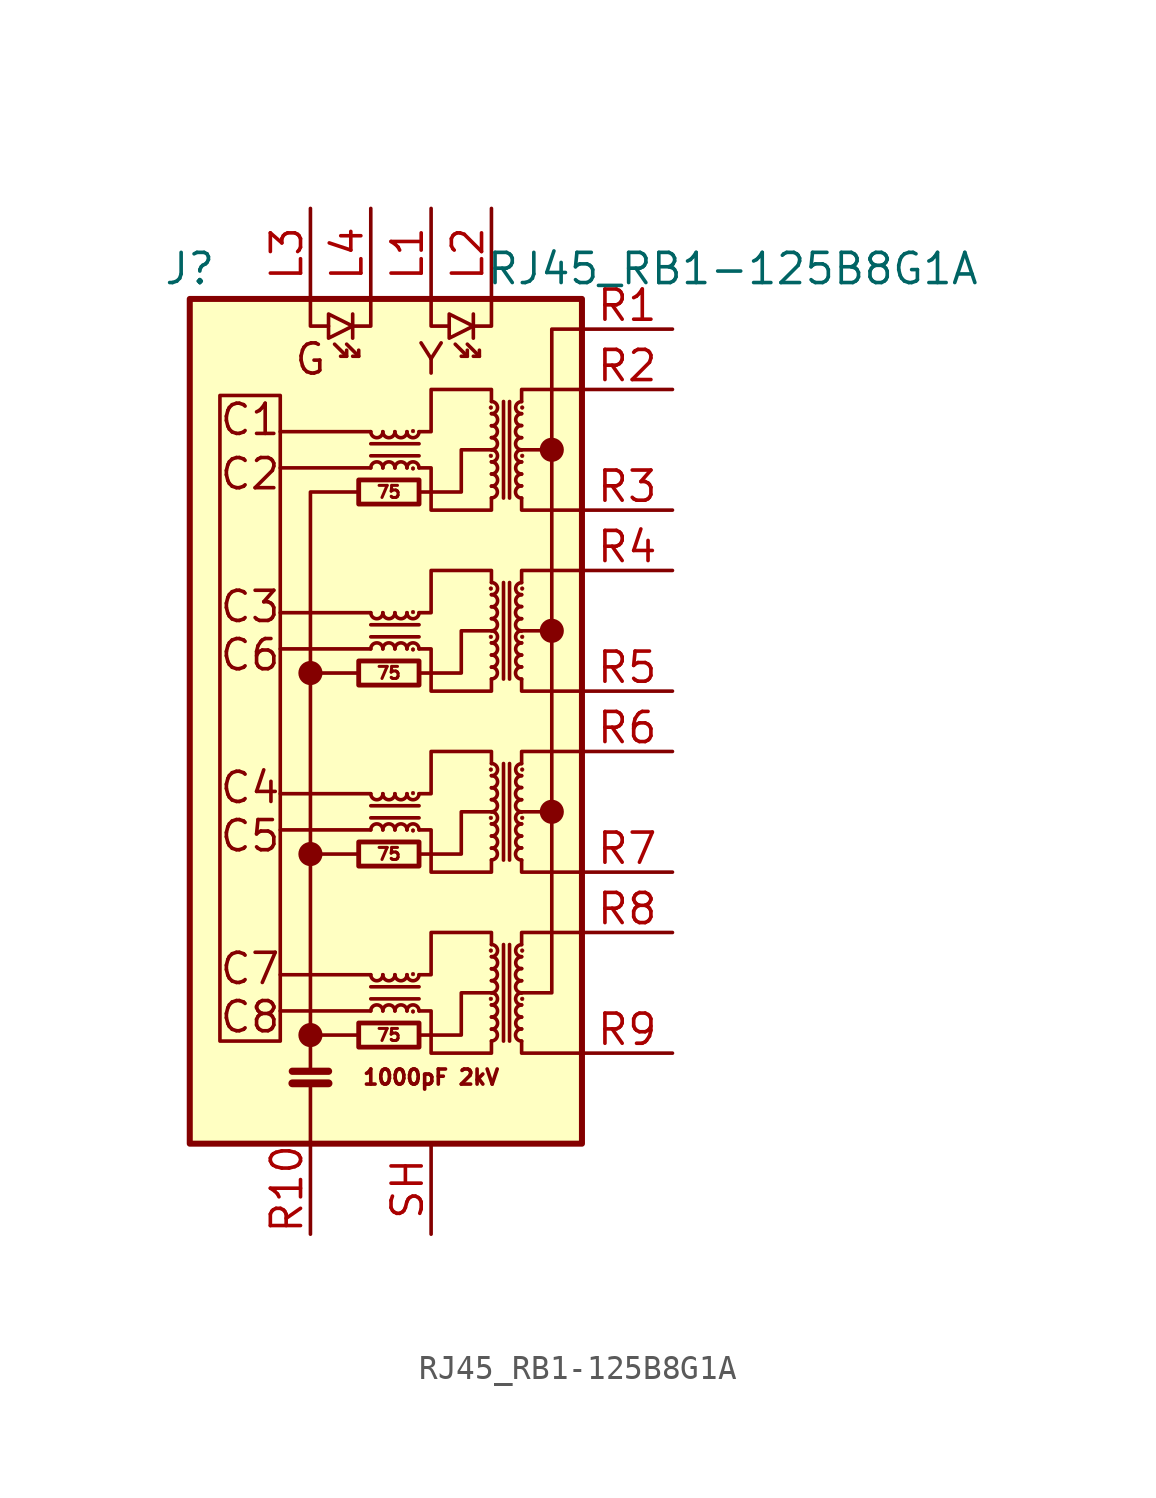
<source format=kicad_sym>
(kicad_symbol_lib
  (version 20220914)
  (generator kicad_symbol_editor)
  (symbol "RJ45_RB1-125B8G1A"
    (pin_names hide)
    (property "Reference" "J"
      (at -7.62 20.32 0)
      (effects (font (size 1.27 1.27))))
    (property "Value" "RJ45_RB1-125B8G1A"
      (at 15.24 20.32 0)
      (effects (font (size 1.27 1.27))))
    (symbol "RJ45_RB1-125B8G1A_0_0"
      (circle (center -2.54 -11.938) (radius 0.0001) (stroke (width 0.508) (type default)) (fill (type none)))
      (circle (center -2.54 -4.318) (radius 0.0001) (stroke (width 0.508) (type default)) (fill (type none)))
      (circle (center -2.54 3.302) (radius 0.0001) (stroke (width 0.508) (type default)) (fill (type none)))
      (polyline (pts (xy -0.508 -11.938) (xy -2.54 -11.938)) (stroke (width 0) (type default)) (fill (type none)))
      (polyline (pts (xy 0 -10.922) (xy -3.81 -10.922)) (stroke (width 0) (type default)) (fill (type none)))
      (polyline (pts (xy 0 -9.398) (xy -3.81 -9.398)) (stroke (width 0) (type default)) (fill (type none)))
      (polyline (pts (xy 0 -3.302) (xy -3.81 -3.302)) (stroke (width 0) (type default)) (fill (type none)))
      (polyline (pts (xy 0 -1.778) (xy -3.81 -1.778)) (stroke (width 0) (type default)) (fill (type none)))
      (polyline (pts (xy 0 4.318) (xy -3.81 4.318)) (stroke (width 0) (type default)) (fill (type none)))
      (polyline (pts (xy 0 5.842) (xy -3.81 5.842)) (stroke (width 0) (type default)) (fill (type none)))
      (polyline (pts (xy 0 11.938) (xy -3.81 11.938)) (stroke (width 0) (type default)) (fill (type none)))
      (polyline (pts (xy 0 13.462) (xy -3.81 13.462)) (stroke (width 0) (type default)) (fill (type none)))
      (polyline (pts (xy 6.35 5.08) (xy 7.62 5.08)) (stroke (width 0) (type default)) (fill (type none)))
      (polyline (pts (xy 7.62 -2.54) (xy 6.35 -2.54)) (stroke (width 0) (type default)) (fill (type none)))
      (polyline (pts (xy 7.62 12.7) (xy 6.35 12.7)) (stroke (width 0) (type default)) (fill (type none)))
      (polyline (pts (xy 2.032 -11.938) (xy 3.81 -11.938) (xy 3.81 -10.16) (xy 5.08 -10.16)) (stroke (width 0) (type default)) (fill (type none)))
      (polyline (pts (xy 2.032 -4.318) (xy 3.81 -4.318) (xy 3.81 -2.54) (xy 5.08 -2.54)) (stroke (width 0) (type default)) (fill (type none)))
      (polyline (pts (xy 2.032 3.302) (xy 3.81 3.302) (xy 3.81 5.08) (xy 5.08 5.08)) (stroke (width 0) (type default)) (fill (type none)))
      (polyline (pts (xy 2.032 10.922) (xy 3.81 10.922) (xy 3.81 12.7) (xy 5.08 12.7)) (stroke (width 0) (type default)) (fill (type none)))
      (circle (center 7.62 -2.54) (radius 0.0001) (stroke (width 0.508) (type default)) (fill (type none)))
      (circle (center 7.62 5.08) (radius 0.0001) (stroke (width 0.508) (type default)) (fill (type none)))
      (circle (center 7.62 12.7) (radius 0.0001) (stroke (width 0.508) (type default)) (fill (type none)))
      (text "1000pF 2kV" (at 2.54 -13.716 0) (effects (font (size 0.635 0.635))))
      (text "C1" (at -5.08 13.97 0) (effects (font (size 1.27 1.27))))
      (text "C2" (at -5.08 11.684 0) (effects (font (size 1.27 1.27))))
      (text "C3" (at -5.08 6.096 0) (effects (font (size 1.27 1.27))))
      (text "C4" (at -5.08 -1.524 0) (effects (font (size 1.27 1.27))))
      (text "C5" (at -5.08 -3.556 0) (effects (font (size 1.27 1.27))))
      (text "C6" (at -5.08 4.064 0) (effects (font (size 1.27 1.27))))
      (text "C7" (at -5.08 -9.144 0) (effects (font (size 1.27 1.27))))
      (text "C8" (at -5.08 -11.176 0) (effects (font (size 1.27 1.27))))
      (text "G" (at -2.54 16.51 0) (effects (font (size 1.27 1.27))))
      (text "Y" (at 2.54 16.51 0) (effects (font (size 1.27 1.27)))))
    (symbol "RJ45_RB1-125B8G1A_0_1"
      (rectangle (start -7.62 19.05) (end 8.89 -16.51) (stroke (width 0.254) (type default)) (fill (type background)))
      (rectangle (start -3.81 -12.192) (end -6.35 14.986) (stroke (width 0) (type default)) (fill (type none)))
      (rectangle (start -0.508 -12.446) (end 2.032 -11.43) (stroke (width 0.203) (type default)) (fill (type none)))
      (rectangle (start -0.508 -4.826) (end 2.032 -3.81) (stroke (width 0.203) (type default)) (fill (type none)))
      (rectangle (start -0.508 2.794) (end 2.032 3.81) (stroke (width 0.203) (type default)) (fill (type none)))
      (rectangle (start -0.508 10.414) (end 2.032 11.43) (stroke (width 0.203) (type default)) (fill (type none)))
      (arc (start 0 -9.398) (mid 0.254 -9.6509) (end 0.508 -9.398) (stroke (width 0) (type default)) (fill (type none)))
      (arc (start 0 -1.778) (mid 0.254 -2.0309) (end 0.508 -1.778) (stroke (width 0) (type default)) (fill (type none)))
      (polyline (pts (xy -3.302 -13.97) (xy -1.778 -13.97)) (stroke (width 0.33) (type default)) (fill (type none)))
      (polyline (pts (xy -3.302 -13.462) (xy -1.778 -13.462)) (stroke (width 0.305) (type default)) (fill (type none)))
      (polyline (pts (xy -2.54 -16.51) (xy -2.54 -13.97)) (stroke (width 0) (type default)) (fill (type none)))
      (polyline (pts (xy -2.54 3.302) (xy -0.508 3.302)) (stroke (width 0) (type default)) (fill (type none)))
      (polyline (pts (xy -1.016 16.637) (xy -1.524 17.145)) (stroke (width 0) (type default)) (fill (type none)))
      (polyline (pts (xy -0.762 18.415) (xy -0.762 17.399)) (stroke (width 0) (type default)) (fill (type none)))
      (polyline (pts (xy -0.508 -4.318) (xy -2.54 -4.318)) (stroke (width 0) (type default)) (fill (type none)))
      (polyline (pts (xy -0.508 16.637) (xy -1.016 17.145)) (stroke (width 0) (type default)) (fill (type none)))
      (polyline (pts (xy 0 -10.414) (xy 2.032 -10.414)) (stroke (width 0) (type default)) (fill (type none)))
      (polyline (pts (xy 0 -2.794) (xy 2.032 -2.794)) (stroke (width 0) (type default)) (fill (type none)))
      (polyline (pts (xy 0 4.826) (xy 2.032 4.826)) (stroke (width 0) (type default)) (fill (type none)))
      (polyline (pts (xy 0 12.446) (xy 2.032 12.446)) (stroke (width 0) (type default)) (fill (type none)))
      (polyline (pts (xy 2.032 -9.906) (xy 0 -9.906)) (stroke (width 0) (type default)) (fill (type none)))
      (polyline (pts (xy 2.032 -2.286) (xy 0 -2.286)) (stroke (width 0) (type default)) (fill (type none)))
      (polyline (pts (xy 2.032 5.334) (xy 0 5.334)) (stroke (width 0) (type default)) (fill (type none)))
      (polyline (pts (xy 2.032 12.954) (xy 0 12.954)) (stroke (width 0) (type default)) (fill (type none)))
      (polyline (pts (xy 4.064 16.637) (xy 3.556 17.145)) (stroke (width 0) (type default)) (fill (type none)))
      (polyline (pts (xy 4.318 18.415) (xy 4.318 17.399)) (stroke (width 0) (type default)) (fill (type none)))
      (polyline (pts (xy 4.572 16.637) (xy 4.064 17.145)) (stroke (width 0) (type default)) (fill (type none)))
      (polyline (pts (xy 5.588 -8.128) (xy 5.588 -12.192)) (stroke (width 0) (type default)) (fill (type none)))
      (polyline (pts (xy 5.588 -0.508) (xy 5.588 -4.572)) (stroke (width 0) (type default)) (fill (type none)))
      (polyline (pts (xy 5.588 7.112) (xy 5.588 3.048)) (stroke (width 0) (type default)) (fill (type none)))
      (polyline (pts (xy 5.588 14.732) (xy 5.588 10.668)) (stroke (width 0) (type default)) (fill (type none)))
      (polyline (pts (xy 5.842 -12.192) (xy 5.842 -8.128)) (stroke (width 0) (type default)) (fill (type none)))
      (polyline (pts (xy 5.842 -4.572) (xy 5.842 -0.508)) (stroke (width 0) (type default)) (fill (type none)))
      (polyline (pts (xy 5.842 3.048) (xy 5.842 7.112)) (stroke (width 0) (type default)) (fill (type none)))
      (polyline (pts (xy 5.842 10.668) (xy 5.842 14.732)) (stroke (width 0) (type default)) (fill (type none)))
      (polyline (pts (xy -2.54 -13.462) (xy -2.54 10.922) (xy -0.508 10.922)) (stroke (width 0) (type default)) (fill (type none)))
      (polyline (pts (xy -2.54 19.05) (xy -2.54 17.907) (xy -1.778 17.907)) (stroke (width 0) (type default)) (fill (type none)))
      (polyline (pts (xy -1.016 16.891) (xy -1.016 16.637) (xy -1.27 16.637)) (stroke (width 0) (type default)) (fill (type none)))
      (polyline (pts (xy -0.508 16.891) (xy -0.508 16.637) (xy -0.762 16.637)) (stroke (width 0) (type default)) (fill (type none)))
      (polyline (pts (xy 0 19.05) (xy 0 17.907) (xy -0.762 17.907)) (stroke (width 0) (type default)) (fill (type none)))
      (polyline (pts (xy 2.54 19.05) (xy 2.54 17.907) (xy 3.302 17.907)) (stroke (width 0) (type default)) (fill (type none)))
      (polyline (pts (xy 4.064 16.891) (xy 4.064 16.637) (xy 3.81 16.637)) (stroke (width 0) (type default)) (fill (type none)))
      (polyline (pts (xy 4.572 16.891) (xy 4.572 16.637) (xy 4.318 16.637)) (stroke (width 0) (type default)) (fill (type none)))
      (polyline (pts (xy 5.08 19.05) (xy 5.08 17.907) (xy 4.318 17.907)) (stroke (width 0) (type default)) (fill (type none)))
      (polyline (pts (xy 6.35 -12.192) (xy 6.35 -12.7) (xy 8.89 -12.7)) (stroke (width 0) (type default)) (fill (type none)))
      (polyline (pts (xy 6.35 -8.128) (xy 6.35 -7.62) (xy 8.89 -7.62)) (stroke (width 0) (type default)) (fill (type none)))
      (polyline (pts (xy 6.35 -4.572) (xy 6.35 -5.08) (xy 8.89 -5.08)) (stroke (width 0) (type default)) (fill (type none)))
      (polyline (pts (xy 6.35 -0.508) (xy 6.35 0) (xy 8.89 0)) (stroke (width 0) (type default)) (fill (type none)))
      (polyline (pts (xy 6.35 3.048) (xy 6.35 2.54) (xy 8.89 2.54)) (stroke (width 0) (type default)) (fill (type none)))
      (polyline (pts (xy 6.35 7.112) (xy 6.35 7.62) (xy 8.89 7.62)) (stroke (width 0) (type default)) (fill (type none)))
      (polyline (pts (xy 6.35 10.668) (xy 6.35 10.16) (xy 8.89 10.16)) (stroke (width 0) (type default)) (fill (type none)))
      (polyline (pts (xy 6.35 14.732) (xy 6.35 15.24) (xy 8.89 15.24)) (stroke (width 0) (type default)) (fill (type none)))
      (polyline (pts (xy -0.762 17.907) (xy -1.778 18.415) (xy -1.778 17.399) (xy -0.762 17.907)) (stroke (width 0) (type default)) (fill (type none)))
      (polyline (pts (xy 4.318 17.907) (xy 3.302 18.415) (xy 3.302 17.399) (xy 4.318 17.907)) (stroke (width 0) (type default)) (fill (type none)))
      (polyline (pts (xy 8.89 17.78) (xy 7.62 17.78) (xy 7.62 -10.16) (xy 6.35 -10.16)) (stroke (width 0) (type default)) (fill (type none)))
      (polyline (pts (xy 2.032 -9.398) (xy 2.54 -9.398) (xy 2.54 -7.62) (xy 5.08 -7.62) (xy 5.08 -8.128)) (stroke (width 0) (type default)) (fill (type none)))
      (polyline (pts (xy 2.032 -1.778) (xy 2.54 -1.778) (xy 2.54 0) (xy 5.08 0) (xy 5.08 -0.508)) (stroke (width 0) (type default)) (fill (type none)))
      (polyline (pts (xy 2.032 5.842) (xy 2.54 5.842) (xy 2.54 7.62) (xy 5.08 7.62) (xy 5.08 7.112)) (stroke (width 0) (type default)) (fill (type none)))
      (polyline (pts (xy 2.032 13.462) (xy 2.54 13.462) (xy 2.54 15.24) (xy 5.08 15.24) (xy 5.08 14.732)) (stroke (width 0) (type default)) (fill (type none)))
      (polyline (pts (xy 5.08 -12.192) (xy 5.08 -12.7) (xy 2.54 -12.7) (xy 2.54 -10.922) (xy 2.032 -10.922)) (stroke (width 0) (type default)) (fill (type none)))
      (polyline (pts (xy 5.08 -4.572) (xy 5.08 -5.08) (xy 2.54 -5.08) (xy 2.54 -3.302) (xy 2.032 -3.302)) (stroke (width 0) (type default)) (fill (type none)))
      (polyline (pts (xy 5.08 3.048) (xy 5.08 2.54) (xy 2.54 2.54) (xy 2.54 4.318) (xy 2.032 4.318)) (stroke (width 0) (type default)) (fill (type none)))
      (polyline (pts (xy 5.08 10.668) (xy 5.08 10.16) (xy 2.54 10.16) (xy 2.54 11.938) (xy 2.032 11.938)) (stroke (width 0) (type default)) (fill (type none)))
      (arc (start 0 5.842) (mid 0.254 5.5891) (end 0.508 5.842) (stroke (width 0) (type default)) (fill (type none)))
      (arc (start 0 13.462) (mid 0.254 13.2091) (end 0.508 13.462) (stroke (width 0) (type default)) (fill (type none)))
      (arc (start 0.508 -10.922) (mid 0.254 -10.6691) (end 0 -10.922) (stroke (width 0) (type default)) (fill (type none)))
      (arc (start 0.508 -9.398) (mid 0.762 -9.6509) (end 1.016 -9.398) (stroke (width 0) (type default)) (fill (type none)))
      (arc (start 0.508 -3.302) (mid 0.254 -3.0491) (end 0 -3.302) (stroke (width 0) (type default)) (fill (type none)))
      (arc (start 0.508 -1.778) (mid 0.762 -2.0309) (end 1.016 -1.778) (stroke (width 0) (type default)) (fill (type none)))
      (arc (start 0.508 4.318) (mid 0.254 4.5709) (end 0 4.318) (stroke (width 0) (type default)) (fill (type none)))
      (arc (start 0.508 5.842) (mid 0.762 5.5891) (end 1.016 5.842) (stroke (width 0) (type default)) (fill (type none)))
      (arc (start 0.508 11.938) (mid 0.254 12.1909) (end 0 11.938) (stroke (width 0) (type default)) (fill (type none)))
      (arc (start 0.508 13.462) (mid 0.762 13.2091) (end 1.016 13.462) (stroke (width 0) (type default)) (fill (type none)))
      (arc (start 1.016 -10.922) (mid 0.762 -10.6691) (end 0.508 -10.922) (stroke (width 0) (type default)) (fill (type none)))
      (arc (start 1.016 -9.398) (mid 1.27 -9.6509) (end 1.524 -9.398) (stroke (width 0) (type default)) (fill (type none)))
      (arc (start 1.016 -3.302) (mid 0.762 -3.0491) (end 0.508 -3.302) (stroke (width 0) (type default)) (fill (type none)))
      (arc (start 1.016 -1.778) (mid 1.27 -2.0309) (end 1.524 -1.778) (stroke (width 0) (type default)) (fill (type none)))
      (arc (start 1.016 4.318) (mid 0.762 4.5709) (end 0.508 4.318) (stroke (width 0) (type default)) (fill (type none)))
      (arc (start 1.016 5.842) (mid 1.27 5.5891) (end 1.524 5.842) (stroke (width 0) (type default)) (fill (type none)))
      (arc (start 1.016 11.938) (mid 0.762 12.1909) (end 0.508 11.938) (stroke (width 0) (type default)) (fill (type none)))
      (arc (start 1.016 13.462) (mid 1.27 13.2091) (end 1.524 13.462) (stroke (width 0) (type default)) (fill (type none)))
      (arc (start 1.524 -10.922) (mid 1.27 -10.6691) (end 1.016 -10.922) (stroke (width 0) (type default)) (fill (type none)))
      (arc (start 1.524 -9.398) (mid 1.778 -9.6509) (end 2.032 -9.398) (stroke (width 0) (type default)) (fill (type none)))
      (arc (start 1.524 -3.302) (mid 1.27 -3.0491) (end 1.016 -3.302) (stroke (width 0) (type default)) (fill (type none)))
      (arc (start 1.524 -1.778) (mid 1.778 -2.0309) (end 2.032 -1.778) (stroke (width 0) (type default)) (fill (type none)))
      (arc (start 1.524 4.318) (mid 1.27 4.5709) (end 1.016 4.318) (stroke (width 0) (type default)) (fill (type none)))
      (arc (start 1.524 5.842) (mid 1.778 5.5891) (end 2.032 5.842) (stroke (width 0) (type default)) (fill (type none)))
      (arc (start 1.524 11.938) (mid 1.27 12.1909) (end 1.016 11.938) (stroke (width 0) (type default)) (fill (type none)))
      (arc (start 1.524 13.462) (mid 1.778 13.2091) (end 2.032 13.462) (stroke (width 0) (type default)) (fill (type none)))
      (circle (center 1.778 -10.947) (radius 0.076) (stroke (width 0.025) (type default)) (fill (type outline)))
      (circle (center 1.778 -9.373) (radius 0.076) (stroke (width 0.025) (type default)) (fill (type outline)))
      (circle (center 1.778 -3.327) (radius 0.076) (stroke (width 0.025) (type default)) (fill (type outline)))
      (circle (center 1.778 -1.753) (radius 0.076) (stroke (width 0.025) (type default)) (fill (type outline)))
      (circle (center 1.778 4.293) (radius 0.076) (stroke (width 0.025) (type default)) (fill (type outline)))
      (circle (center 1.778 5.867) (radius 0.076) (stroke (width 0.025) (type default)) (fill (type outline)))
      (circle (center 1.778 11.913) (radius 0.076) (stroke (width 0.025) (type default)) (fill (type outline)))
      (circle (center 1.778 13.487) (radius 0.076) (stroke (width 0.025) (type default)) (fill (type outline)))
      (arc (start 2.032 -10.922) (mid 1.778 -10.6691) (end 1.524 -10.922) (stroke (width 0) (type default)) (fill (type none)))
      (arc (start 2.032 -3.302) (mid 1.778 -3.0491) (end 1.524 -3.302) (stroke (width 0) (type default)) (fill (type none)))
      (arc (start 2.032 4.318) (mid 1.778 4.5709) (end 1.524 4.318) (stroke (width 0) (type default)) (fill (type none)))
      (arc (start 2.032 11.938) (mid 1.778 12.1909) (end 1.524 11.938) (stroke (width 0) (type default)) (fill (type none)))
      (circle (center 5.055 -10.414) (radius 0.076) (stroke (width 0.025) (type default)) (fill (type outline)))
      (circle (center 5.055 -8.382) (radius 0.076) (stroke (width 0.025) (type default)) (fill (type outline)))
      (circle (center 5.055 -2.794) (radius 0.076) (stroke (width 0.025) (type default)) (fill (type outline)))
      (circle (center 5.055 -0.762) (radius 0.076) (stroke (width 0.025) (type default)) (fill (type outline)))
      (circle (center 5.055 4.826) (radius 0.076) (stroke (width 0.025) (type default)) (fill (type outline)))
      (circle (center 5.055 6.858) (radius 0.076) (stroke (width 0.025) (type default)) (fill (type outline)))
      (circle (center 5.055 12.446) (radius 0.076) (stroke (width 0.025) (type default)) (fill (type outline)))
      (circle (center 5.055 14.478) (radius 0.076) (stroke (width 0.025) (type default)) (fill (type outline)))
      (arc (start 5.08 -12.192) (mid 5.3329 -11.938) (end 5.08 -11.684) (stroke (width 0) (type default)) (fill (type none)))
      (arc (start 5.08 -11.684) (mid 5.3329 -11.43) (end 5.08 -11.176) (stroke (width 0) (type default)) (fill (type none)))
      (arc (start 5.08 -11.176) (mid 5.3329 -10.922) (end 5.08 -10.668) (stroke (width 0) (type default)) (fill (type none)))
      (arc (start 5.08 -10.668) (mid 5.3329 -10.414) (end 5.08 -10.16) (stroke (width 0) (type default)) (fill (type none)))
      (arc (start 5.08 -10.16) (mid 5.3329 -9.906) (end 5.08 -9.652) (stroke (width 0) (type default)) (fill (type none)))
      (arc (start 5.08 -9.652) (mid 5.3329 -9.398) (end 5.08 -9.144) (stroke (width 0) (type default)) (fill (type none)))
      (arc (start 5.08 -9.144) (mid 5.3329 -8.89) (end 5.08 -8.636) (stroke (width 0) (type default)) (fill (type none)))
      (arc (start 5.08 -8.636) (mid 5.3329 -8.382) (end 5.08 -8.128) (stroke (width 0) (type default)) (fill (type none)))
      (arc (start 5.08 -4.572) (mid 5.3329 -4.318) (end 5.08 -4.064) (stroke (width 0) (type default)) (fill (type none)))
      (arc (start 5.08 -4.064) (mid 5.3329 -3.81) (end 5.08 -3.556) (stroke (width 0) (type default)) (fill (type none)))
      (arc (start 5.08 -3.556) (mid 5.3329 -3.302) (end 5.08 -3.048) (stroke (width 0) (type default)) (fill (type none)))
      (arc (start 5.08 -3.048) (mid 5.3329 -2.794) (end 5.08 -2.54) (stroke (width 0) (type default)) (fill (type none)))
      (arc (start 5.08 -2.54) (mid 5.3329 -2.286) (end 5.08 -2.032) (stroke (width 0) (type default)) (fill (type none)))
      (arc (start 5.08 -2.032) (mid 5.3329 -1.778) (end 5.08 -1.524) (stroke (width 0) (type default)) (fill (type none)))
      (arc (start 5.08 -1.524) (mid 5.3329 -1.27) (end 5.08 -1.016) (stroke (width 0) (type default)) (fill (type none)))
      (arc (start 5.08 -1.016) (mid 5.3329 -0.762) (end 5.08 -0.508) (stroke (width 0) (type default)) (fill (type none)))
      (arc (start 5.08 3.048) (mid 5.3329 3.302) (end 5.08 3.556) (stroke (width 0) (type default)) (fill (type none)))
      (arc (start 5.08 3.556) (mid 5.3329 3.81) (end 5.08 4.064) (stroke (width 0) (type default)) (fill (type none)))
      (arc (start 5.08 4.064) (mid 5.3329 4.318) (end 5.08 4.572) (stroke (width 0) (type default)) (fill (type none)))
      (arc (start 5.08 4.572) (mid 5.3329 4.826) (end 5.08 5.08) (stroke (width 0) (type default)) (fill (type none)))
      (arc (start 5.08 5.08) (mid 5.3329 5.334) (end 5.08 5.588) (stroke (width 0) (type default)) (fill (type none)))
      (arc (start 5.08 5.588) (mid 5.3329 5.842) (end 5.08 6.096) (stroke (width 0) (type default)) (fill (type none)))
      (arc (start 5.08 6.096) (mid 5.3329 6.35) (end 5.08 6.604) (stroke (width 0) (type default)) (fill (type none)))
      (arc (start 5.08 6.604) (mid 5.3329 6.858) (end 5.08 7.112) (stroke (width 0) (type default)) (fill (type none)))
      (arc (start 5.08 10.668) (mid 5.3329 10.922) (end 5.08 11.176) (stroke (width 0) (type default)) (fill (type none)))
      (arc (start 5.08 11.176) (mid 5.3329 11.43) (end 5.08 11.684) (stroke (width 0) (type default)) (fill (type none)))
      (arc (start 5.08 11.684) (mid 5.3329 11.938) (end 5.08 12.192) (stroke (width 0) (type default)) (fill (type none)))
      (arc (start 5.08 12.192) (mid 5.3329 12.446) (end 5.08 12.7) (stroke (width 0) (type default)) (fill (type none)))
      (arc (start 5.08 12.7) (mid 5.3329 12.954) (end 5.08 13.208) (stroke (width 0) (type default)) (fill (type none)))
      (arc (start 5.08 13.208) (mid 5.3329 13.462) (end 5.08 13.716) (stroke (width 0) (type default)) (fill (type none)))
      (arc (start 5.08 13.716) (mid 5.3329 13.97) (end 5.08 14.224) (stroke (width 0) (type default)) (fill (type none)))
      (arc (start 5.08 14.224) (mid 5.3329 14.478) (end 5.08 14.732) (stroke (width 0) (type default)) (fill (type none)))
      (arc (start 6.35 -11.684) (mid 6.0971 -11.938) (end 6.35 -12.192) (stroke (width 0) (type default)) (fill (type none)))
      (arc (start 6.35 -11.176) (mid 6.0971 -11.43) (end 6.35 -11.684) (stroke (width 0) (type default)) (fill (type none)))
      (arc (start 6.35 -10.668) (mid 6.0971 -10.922) (end 6.35 -11.176) (stroke (width 0) (type default)) (fill (type none)))
      (arc (start 6.35 -10.16) (mid 6.0971 -10.414) (end 6.35 -10.668) (stroke (width 0) (type default)) (fill (type none)))
      (arc (start 6.35 -9.652) (mid 6.0971 -9.906) (end 6.35 -10.16) (stroke (width 0) (type default)) (fill (type none)))
      (arc (start 6.35 -9.144) (mid 6.0971 -9.398) (end 6.35 -9.652) (stroke (width 0) (type default)) (fill (type none)))
      (arc (start 6.35 -8.636) (mid 6.0971 -8.89) (end 6.35 -9.144) (stroke (width 0) (type default)) (fill (type none)))
      (arc (start 6.35 -8.128) (mid 6.0971 -8.382) (end 6.35 -8.636) (stroke (width 0) (type default)) (fill (type none)))
      (arc (start 6.35 -4.064) (mid 6.0971 -4.318) (end 6.35 -4.572) (stroke (width 0) (type default)) (fill (type none)))
      (arc (start 6.35 -3.556) (mid 6.0971 -3.81) (end 6.35 -4.064) (stroke (width 0) (type default)) (fill (type none)))
      (arc (start 6.35 -3.048) (mid 6.0971 -3.302) (end 6.35 -3.556) (stroke (width 0) (type default)) (fill (type none)))
      (arc (start 6.35 -2.54) (mid 6.0971 -2.794) (end 6.35 -3.048) (stroke (width 0) (type default)) (fill (type none)))
      (arc (start 6.35 -2.032) (mid 6.0971 -2.286) (end 6.35 -2.54) (stroke (width 0) (type default)) (fill (type none)))
      (arc (start 6.35 -1.524) (mid 6.0971 -1.778) (end 6.35 -2.032) (stroke (width 0) (type default)) (fill (type none)))
      (arc (start 6.35 -1.016) (mid 6.0971 -1.27) (end 6.35 -1.524) (stroke (width 0) (type default)) (fill (type none)))
      (arc (start 6.35 -0.508) (mid 6.0971 -0.762) (end 6.35 -1.016) (stroke (width 0) (type default)) (fill (type none)))
      (arc (start 6.35 3.556) (mid 6.0971 3.302) (end 6.35 3.048) (stroke (width 0) (type default)) (fill (type none)))
      (arc (start 6.35 4.064) (mid 6.0971 3.81) (end 6.35 3.556) (stroke (width 0) (type default)) (fill (type none)))
      (arc (start 6.35 4.572) (mid 6.0971 4.318) (end 6.35 4.064) (stroke (width 0) (type default)) (fill (type none)))
      (arc (start 6.35 5.08) (mid 6.0971 4.826) (end 6.35 4.572) (stroke (width 0) (type default)) (fill (type none)))
      (arc (start 6.35 5.588) (mid 6.0971 5.334) (end 6.35 5.08) (stroke (width 0) (type default)) (fill (type none)))
      (arc (start 6.35 6.096) (mid 6.0971 5.842) (end 6.35 5.588) (stroke (width 0) (type default)) (fill (type none)))
      (arc (start 6.35 6.604) (mid 6.0971 6.35) (end 6.35 6.096) (stroke (width 0) (type default)) (fill (type none)))
      (arc (start 6.35 7.112) (mid 6.0971 6.858) (end 6.35 6.604) (stroke (width 0) (type default)) (fill (type none)))
      (arc (start 6.35 11.176) (mid 6.0971 10.922) (end 6.35 10.668) (stroke (width 0) (type default)) (fill (type none)))
      (arc (start 6.35 11.684) (mid 6.0971 11.43) (end 6.35 11.176) (stroke (width 0) (type default)) (fill (type none)))
      (arc (start 6.35 12.192) (mid 6.0971 11.938) (end 6.35 11.684) (stroke (width 0) (type default)) (fill (type none)))
      (arc (start 6.35 12.7) (mid 6.0971 12.446) (end 6.35 12.192) (stroke (width 0) (type default)) (fill (type none)))
      (arc (start 6.35 13.208) (mid 6.0971 12.954) (end 6.35 12.7) (stroke (width 0) (type default)) (fill (type none)))
      (arc (start 6.35 13.716) (mid 6.0971 13.462) (end 6.35 13.208) (stroke (width 0) (type default)) (fill (type none)))
      (arc (start 6.35 14.224) (mid 6.0971 13.97) (end 6.35 13.716) (stroke (width 0) (type default)) (fill (type none)))
      (arc (start 6.35 14.732) (mid 6.0971 14.478) (end 6.35 14.224) (stroke (width 0) (type default)) (fill (type none)))
      (circle (center 6.375 -10.414) (radius 0.076) (stroke (width 0.025) (type default)) (fill (type outline)))
      (circle (center 6.375 -8.382) (radius 0.076) (stroke (width 0.025) (type default)) (fill (type outline)))
      (circle (center 6.375 -2.794) (radius 0.076) (stroke (width 0.025) (type default)) (fill (type outline)))
      (circle (center 6.375 -0.762) (radius 0.076) (stroke (width 0.025) (type default)) (fill (type outline)))
      (circle (center 6.375 4.826) (radius 0.076) (stroke (width 0.025) (type default)) (fill (type outline)))
      (circle (center 6.375 6.858) (radius 0.076) (stroke (width 0.025) (type default)) (fill (type outline)))
      (circle (center 6.375 12.446) (radius 0.076) (stroke (width 0.025) (type default)) (fill (type outline)))
      (circle (center 6.375 14.478) (radius 0.076) (stroke (width 0.025) (type default)) (fill (type outline)))
      (pin power_in line (at -2.54 -20.32 90) (length 3.81) (name "GND" (effects (font (size 1.27 1.27)))) (number "R10" (effects (font (size 1.27 1.27))))))
    (symbol "RJ45_RB1-125B8G1A_1_0"
      (text "75" (at 0.762 -11.938 0) (effects (font (size 0.508 0.508))))
      (text "75" (at 0.762 -4.318 0) (effects (font (size 0.508 0.508))))
      (text "75" (at 0.762 3.302 0) (effects (font (size 0.508 0.508))))
      (text "75" (at 0.762 10.922 0) (effects (font (size 0.508 0.508)))))
    (symbol "RJ45_RB1-125B8G1A_1_1"
      (pin passive line (at 2.54 22.86 270) (length 3.81) (name "~" (effects (font (size 1.27 1.27)))) (number "L1" (effects (font (size 1.27 1.27)))))
      (pin passive line (at 5.08 22.86 270) (length 3.81) (name "~" (effects (font (size 1.27 1.27)))) (number "L2" (effects (font (size 1.27 1.27)))))
      (pin passive line (at -2.54 22.86 270) (length 3.81) (name "~" (effects (font (size 1.27 1.27)))) (number "L3" (effects (font (size 1.27 1.27)))))
      (pin passive line (at 0 22.86 270) (length 3.81) (name "~" (effects (font (size 1.27 1.27)))) (number "L4" (effects (font (size 1.27 1.27)))))
      (pin passive line (at 12.7 17.78 180) (length 3.81) (name "CT" (effects (font (size 1.27 1.27)))) (number "R1" (effects (font (size 1.27 1.27)))))
      (pin passive line (at 12.7 15.24 180) (length 3.81) (name "TD1+" (effects (font (size 1.27 1.27)))) (number "R2" (effects (font (size 1.27 1.27)))))
      (pin passive line (at 12.7 10.16 180) (length 3.81) (name "TD1-" (effects (font (size 1.27 1.27)))) (number "R3" (effects (font (size 1.27 1.27)))))
      (pin passive line (at 12.7 7.62 180) (length 3.81) (name "TD2+" (effects (font (size 1.27 1.27)))) (number "R4" (effects (font (size 1.27 1.27)))))
      (pin passive line (at 12.7 2.54 180) (length 3.81) (name "TD2-" (effects (font (size 1.27 1.27)))) (number "R5" (effects (font (size 1.27 1.27)))))
      (pin passive line (at 12.7 0 180) (length 3.81) (name "TD3+" (effects (font (size 1.27 1.27)))) (number "R6" (effects (font (size 1.27 1.27)))))
      (pin passive line (at 12.7 -5.08 180) (length 3.81) (name "TD3-" (effects (font (size 1.27 1.27)))) (number "R7" (effects (font (size 1.27 1.27)))))
      (pin passive line (at 12.7 -7.62 180) (length 3.81) (name "TD4+" (effects (font (size 1.27 1.27)))) (number "R8" (effects (font (size 1.27 1.27)))))
      (pin passive line (at 12.7 -12.7 180) (length 3.81) (name "TD4-" (effects (font (size 1.27 1.27)))) (number "R9" (effects (font (size 1.27 1.27)))))
      (pin passive line (at 2.54 -20.32 90) (length 3.81) (name "SH" (effects (font (size 1.27 1.27)))) (number "SH" (effects (font (size 1.27 1.27))))))))
</source>
